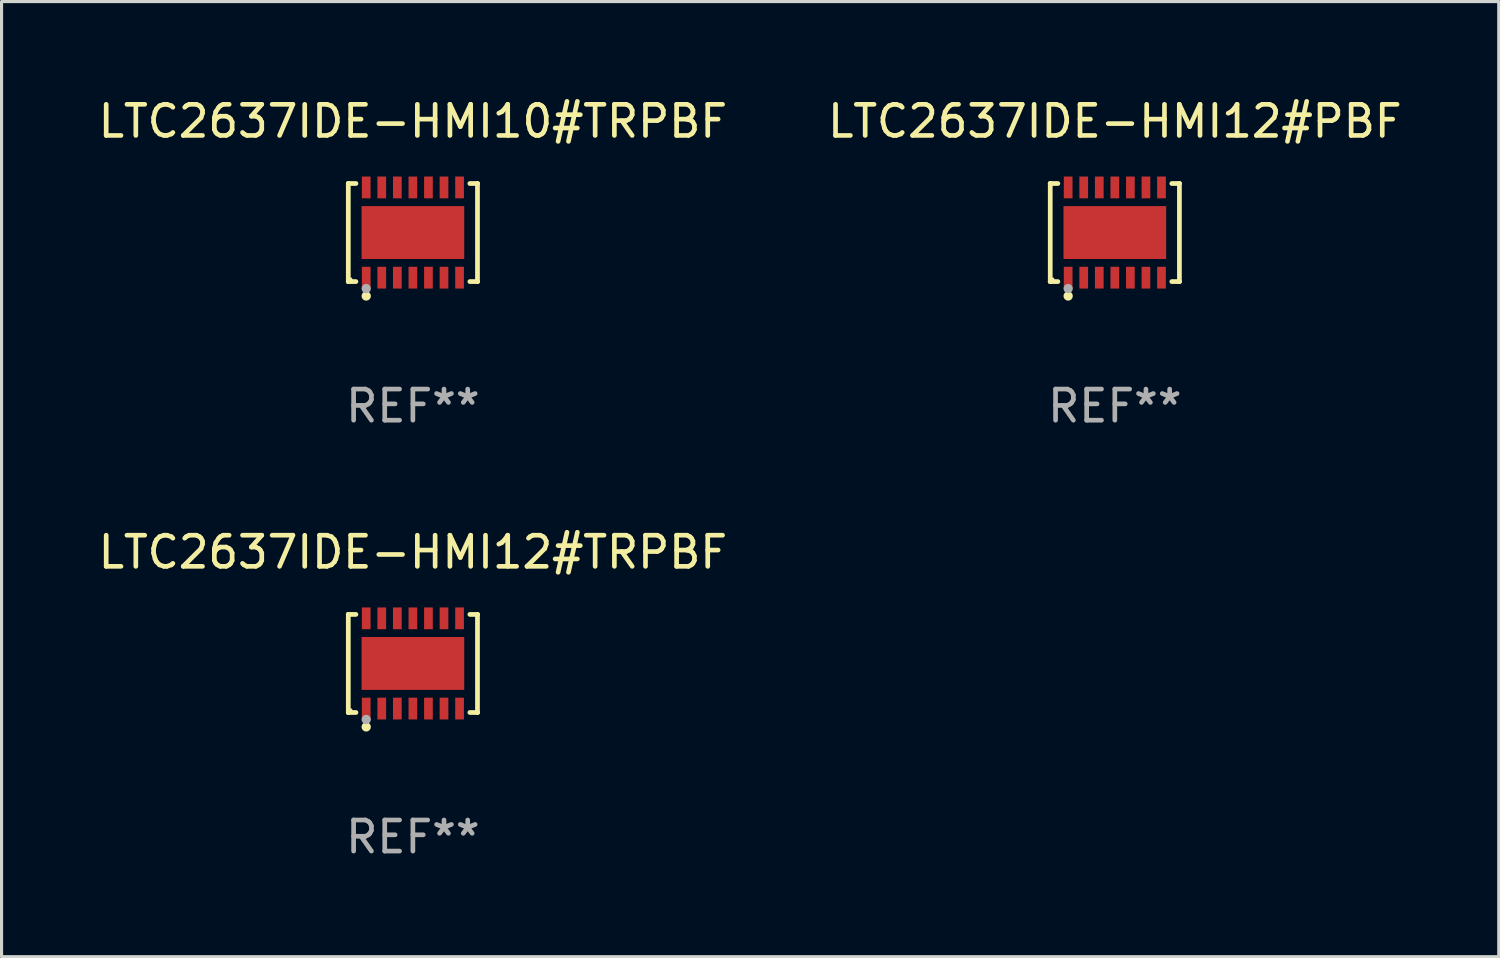
<source format=kicad_pcb>
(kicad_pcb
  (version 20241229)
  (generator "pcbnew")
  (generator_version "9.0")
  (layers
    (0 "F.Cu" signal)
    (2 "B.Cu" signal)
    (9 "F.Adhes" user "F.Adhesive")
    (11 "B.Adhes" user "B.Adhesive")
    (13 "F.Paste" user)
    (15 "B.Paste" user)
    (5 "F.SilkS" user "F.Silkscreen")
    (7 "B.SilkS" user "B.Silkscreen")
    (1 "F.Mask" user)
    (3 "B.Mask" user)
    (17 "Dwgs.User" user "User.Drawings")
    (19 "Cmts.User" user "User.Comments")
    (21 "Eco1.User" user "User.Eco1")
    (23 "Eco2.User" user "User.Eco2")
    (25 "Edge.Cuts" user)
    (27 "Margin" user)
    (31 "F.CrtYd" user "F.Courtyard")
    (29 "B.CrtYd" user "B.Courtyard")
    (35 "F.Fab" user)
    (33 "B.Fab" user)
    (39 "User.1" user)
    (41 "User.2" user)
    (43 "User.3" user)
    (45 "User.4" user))
  (footprint "LTC2637IDE-HMI12#TRPBF"
    (layer "F.Cu")
    (at 10.22 18.273)
    (property "Reference" "LTC2637IDE-HMI12#TRPBF" (at 0 -3.576 0) (layer "F.SilkS") (effects (font (size 1 1) (thickness 0.15))))
    (attr through_hole)
    (fp_line (start -2.076 -1.576) (end -2.076 -1.576) (stroke (width 0.152) (type solid)) (layer "F.SilkS"))
    (fp_line (start -2.076 -1.576) (end -1.831 -1.576) (stroke (width 0.152) (type solid)) (layer "F.SilkS"))
    (fp_line (start -2.076 1.576) (end -2.076 -1.576) (stroke (width 0.152) (type solid)) (layer "F.SilkS"))
    (fp_line (start -2.076 1.576) (end -2.076 1.576) (stroke (width 0.152) (type solid)) (layer "F.SilkS"))
    (fp_line (start -1.831 1.576) (end -2.076 1.576) (stroke (width 0.152) (type solid)) (layer "F.SilkS"))
    (fp_line (start 1.831 1.576) (end 2.076 1.576) (stroke (width 0.152) (type solid)) (layer "F.SilkS"))
    (fp_line (start 2.076 -1.576) (end 1.831 -1.576) (stroke (width 0.152) (type solid)) (layer "F.SilkS"))
    (fp_line (start 2.076 -1.576) (end 2.076 -1.576) (stroke (width 0.152) (type solid)) (layer "F.SilkS"))
    (fp_line (start 2.076 1.576) (end 2.076 -1.576) (stroke (width 0.152) (type solid)) (layer "F.SilkS"))
    (fp_line (start 2.076 1.576) (end 2.076 1.576) (stroke (width 0.152) (type solid)) (layer "F.SilkS"))
    (fp_circle (center -2 1.5) (end -1.97 1.5) (stroke (width 0.06) (type solid)) (fill no) (layer "F.SilkS"))
    (fp_circle (center -1.5 2.04) (end -1.425 2.04) (stroke (width 0.15) (type solid)) (fill no) (layer "F.SilkS"))
    (fp_circle (center -1.5 1.8) (end -1.425 1.8) (stroke (width 0.15) (type solid)) (fill no) (layer "F.Fab"))
    (fp_text user "REF**" (at 0 5.576 0) (layer "F.Fab") (effects (font (size 1 1) (thickness 0.15))))
    (pad "1" smd rect (at -1.5 1.45) (size 0.28 0.7) (layers "F.Cu" "F.Mask" "F.Paste"))
    (pad "2" smd rect (at -1 1.45) (size 0.28 0.7) (layers "F.Cu" "F.Mask" "F.Paste"))
    (pad "3" smd rect (at -0.5 1.45) (size 0.28 0.7) (layers "F.Cu" "F.Mask" "F.Paste"))
    (pad "4" smd rect (at 0 1.45) (size 0.28 0.7) (layers "F.Cu" "F.Mask" "F.Paste"))
    (pad "5" smd rect (at 0.5 1.45) (size 0.28 0.7) (layers "F.Cu" "F.Mask" "F.Paste"))
    (pad "6" smd rect (at 1 1.45) (size 0.28 0.7) (layers "F.Cu" "F.Mask" "F.Paste"))
    (pad "7" smd rect (at 1.5 1.45) (size 0.28 0.7) (layers "F.Cu" "F.Mask" "F.Paste"))
    (pad "8" smd rect (at 1.5 -1.45) (size 0.28 0.7) (layers "F.Cu" "F.Mask" "F.Paste"))
    (pad "9" smd rect (at 1 -1.45) (size 0.28 0.7) (layers "F.Cu" "F.Mask" "F.Paste"))
    (pad "10" smd rect (at 0.5 -1.45) (size 0.28 0.7) (layers "F.Cu" "F.Mask" "F.Paste"))
    (pad "11" smd rect (at 0 -1.45) (size 0.28 0.7) (layers "F.Cu" "F.Mask" "F.Paste"))
    (pad "12" smd rect (at -0.5 -1.45) (size 0.28 0.7) (layers "F.Cu" "F.Mask" "F.Paste"))
    (pad "13" smd rect (at -1 -1.45) (size 0.28 0.7) (layers "F.Cu" "F.Mask" "F.Paste"))
    (pad "14" smd rect (at -1.5 -1.45) (size 0.28 0.7) (layers "F.Cu" "F.Mask" "F.Paste"))
    (pad "15" smd rect (at 0 0) (size 3.3 1.7) (layers "F.Cu" "F.Mask" "F.Paste")))
  (footprint "LTC2637IDE-HMI10#TRPBF"
    (layer "F.Cu")
    (at 10.22 4.424)
    (property "Reference" "LTC2637IDE-HMI10#TRPBF" (at 0 -3.576 0) (layer "F.SilkS") (effects (font (size 1 1) (thickness 0.15))))
    (attr through_hole)
    (fp_line (start -2.076 -1.576) (end -2.076 -1.576) (stroke (width 0.152) (type solid)) (layer "F.SilkS"))
    (fp_line (start -2.076 -1.576) (end -1.831 -1.576) (stroke (width 0.152) (type solid)) (layer "F.SilkS"))
    (fp_line (start -2.076 1.576) (end -2.076 -1.576) (stroke (width 0.152) (type solid)) (layer "F.SilkS"))
    (fp_line (start -2.076 1.576) (end -2.076 1.576) (stroke (width 0.152) (type solid)) (layer "F.SilkS"))
    (fp_line (start -1.831 1.576) (end -2.076 1.576) (stroke (width 0.152) (type solid)) (layer "F.SilkS"))
    (fp_line (start 1.831 1.576) (end 2.076 1.576) (stroke (width 0.152) (type solid)) (layer "F.SilkS"))
    (fp_line (start 2.076 -1.576) (end 1.831 -1.576) (stroke (width 0.152) (type solid)) (layer "F.SilkS"))
    (fp_line (start 2.076 -1.576) (end 2.076 -1.576) (stroke (width 0.152) (type solid)) (layer "F.SilkS"))
    (fp_line (start 2.076 1.576) (end 2.076 -1.576) (stroke (width 0.152) (type solid)) (layer "F.SilkS"))
    (fp_line (start 2.076 1.576) (end 2.076 1.576) (stroke (width 0.152) (type solid)) (layer "F.SilkS"))
    (fp_circle (center -2 1.5) (end -1.97 1.5) (stroke (width 0.06) (type solid)) (fill no) (layer "F.SilkS"))
    (fp_circle (center -1.5 2.04) (end -1.425 2.04) (stroke (width 0.15) (type solid)) (fill no) (layer "F.SilkS"))
    (fp_circle (center -1.5 1.8) (end -1.425 1.8) (stroke (width 0.15) (type solid)) (fill no) (layer "F.Fab"))
    (fp_text user "REF**" (at 0 5.576 0) (layer "F.Fab") (effects (font (size 1 1) (thickness 0.15))))
    (pad "1" smd rect (at -1.5 1.45) (size 0.28 0.7) (layers "F.Cu" "F.Mask" "F.Paste"))
    (pad "2" smd rect (at -1 1.45) (size 0.28 0.7) (layers "F.Cu" "F.Mask" "F.Paste"))
    (pad "3" smd rect (at -0.5 1.45) (size 0.28 0.7) (layers "F.Cu" "F.Mask" "F.Paste"))
    (pad "4" smd rect (at 0 1.45) (size 0.28 0.7) (layers "F.Cu" "F.Mask" "F.Paste"))
    (pad "5" smd rect (at 0.5 1.45) (size 0.28 0.7) (layers "F.Cu" "F.Mask" "F.Paste"))
    (pad "6" smd rect (at 1 1.45) (size 0.28 0.7) (layers "F.Cu" "F.Mask" "F.Paste"))
    (pad "7" smd rect (at 1.5 1.45) (size 0.28 0.7) (layers "F.Cu" "F.Mask" "F.Paste"))
    (pad "8" smd rect (at 1.5 -1.45) (size 0.28 0.7) (layers "F.Cu" "F.Mask" "F.Paste"))
    (pad "9" smd rect (at 1 -1.45) (size 0.28 0.7) (layers "F.Cu" "F.Mask" "F.Paste"))
    (pad "10" smd rect (at 0.5 -1.45) (size 0.28 0.7) (layers "F.Cu" "F.Mask" "F.Paste"))
    (pad "11" smd rect (at 0 -1.45) (size 0.28 0.7) (layers "F.Cu" "F.Mask" "F.Paste"))
    (pad "12" smd rect (at -0.5 -1.45) (size 0.28 0.7) (layers "F.Cu" "F.Mask" "F.Paste"))
    (pad "13" smd rect (at -1 -1.45) (size 0.28 0.7) (layers "F.Cu" "F.Mask" "F.Paste"))
    (pad "14" smd rect (at -1.5 -1.45) (size 0.28 0.7) (layers "F.Cu" "F.Mask" "F.Paste"))
    (pad "15" smd rect (at 0 0) (size 3.3 1.7) (layers "F.Cu" "F.Mask" "F.Paste")))
  (footprint "LTC2637IDE-HMI12#PBF"
    (layer "F.Cu")
    (at 32.78 4.424)
    (property "Reference" "LTC2637IDE-HMI12#PBF" (at 0 -3.576 0) (layer "F.SilkS") (effects (font (size 1 1) (thickness 0.15))))
    (attr through_hole)
    (fp_line (start -2.076 -1.576) (end -2.076 -1.576) (stroke (width 0.152) (type solid)) (layer "F.SilkS"))
    (fp_line (start -2.076 -1.576) (end -1.831 -1.576) (stroke (width 0.152) (type solid)) (layer "F.SilkS"))
    (fp_line (start -2.076 1.576) (end -2.076 -1.576) (stroke (width 0.152) (type solid)) (layer "F.SilkS"))
    (fp_line (start -2.076 1.576) (end -2.076 1.576) (stroke (width 0.152) (type solid)) (layer "F.SilkS"))
    (fp_line (start -1.831 1.576) (end -2.076 1.576) (stroke (width 0.152) (type solid)) (layer "F.SilkS"))
    (fp_line (start 1.831 1.576) (end 2.076 1.576) (stroke (width 0.152) (type solid)) (layer "F.SilkS"))
    (fp_line (start 2.076 -1.576) (end 1.831 -1.576) (stroke (width 0.152) (type solid)) (layer "F.SilkS"))
    (fp_line (start 2.076 -1.576) (end 2.076 -1.576) (stroke (width 0.152) (type solid)) (layer "F.SilkS"))
    (fp_line (start 2.076 1.576) (end 2.076 -1.576) (stroke (width 0.152) (type solid)) (layer "F.SilkS"))
    (fp_line (start 2.076 1.576) (end 2.076 1.576) (stroke (width 0.152) (type solid)) (layer "F.SilkS"))
    (fp_circle (center -2 1.5) (end -1.97 1.5) (stroke (width 0.06) (type solid)) (fill no) (layer "F.SilkS"))
    (fp_circle (center -1.5 2.04) (end -1.425 2.04) (stroke (width 0.15) (type solid)) (fill no) (layer "F.SilkS"))
    (fp_circle (center -1.5 1.8) (end -1.425 1.8) (stroke (width 0.15) (type solid)) (fill no) (layer "F.Fab"))
    (fp_text user "REF**" (at 0 5.576 0) (layer "F.Fab") (effects (font (size 1 1) (thickness 0.15))))
    (pad "1" smd rect (at -1.5 1.45) (size 0.28 0.7) (layers "F.Cu" "F.Mask" "F.Paste"))
    (pad "2" smd rect (at -1 1.45) (size 0.28 0.7) (layers "F.Cu" "F.Mask" "F.Paste"))
    (pad "3" smd rect (at -0.5 1.45) (size 0.28 0.7) (layers "F.Cu" "F.Mask" "F.Paste"))
    (pad "4" smd rect (at 0 1.45) (size 0.28 0.7) (layers "F.Cu" "F.Mask" "F.Paste"))
    (pad "5" smd rect (at 0.5 1.45) (size 0.28 0.7) (layers "F.Cu" "F.Mask" "F.Paste"))
    (pad "6" smd rect (at 1 1.45) (size 0.28 0.7) (layers "F.Cu" "F.Mask" "F.Paste"))
    (pad "7" smd rect (at 1.5 1.45) (size 0.28 0.7) (layers "F.Cu" "F.Mask" "F.Paste"))
    (pad "8" smd rect (at 1.5 -1.45) (size 0.28 0.7) (layers "F.Cu" "F.Mask" "F.Paste"))
    (pad "9" smd rect (at 1 -1.45) (size 0.28 0.7) (layers "F.Cu" "F.Mask" "F.Paste"))
    (pad "10" smd rect (at 0.5 -1.45) (size 0.28 0.7) (layers "F.Cu" "F.Mask" "F.Paste"))
    (pad "11" smd rect (at 0 -1.45) (size 0.28 0.7) (layers "F.Cu" "F.Mask" "F.Paste"))
    (pad "12" smd rect (at -0.5 -1.45) (size 0.28 0.7) (layers "F.Cu" "F.Mask" "F.Paste"))
    (pad "13" smd rect (at -1 -1.45) (size 0.28 0.7) (layers "F.Cu" "F.Mask" "F.Paste"))
    (pad "14" smd rect (at -1.5 -1.45) (size 0.28 0.7) (layers "F.Cu" "F.Mask" "F.Paste"))
    (pad "15" smd rect (at 0 0) (size 3.3 1.7) (layers "F.Cu" "F.Mask" "F.Paste")))
  (gr_rect
    (start -3 -3)
    (end 45.119 27.698)
    (stroke (width 0.1) (type default))
    (fill no)
    (layer "Edge.Cuts")))
</source>
